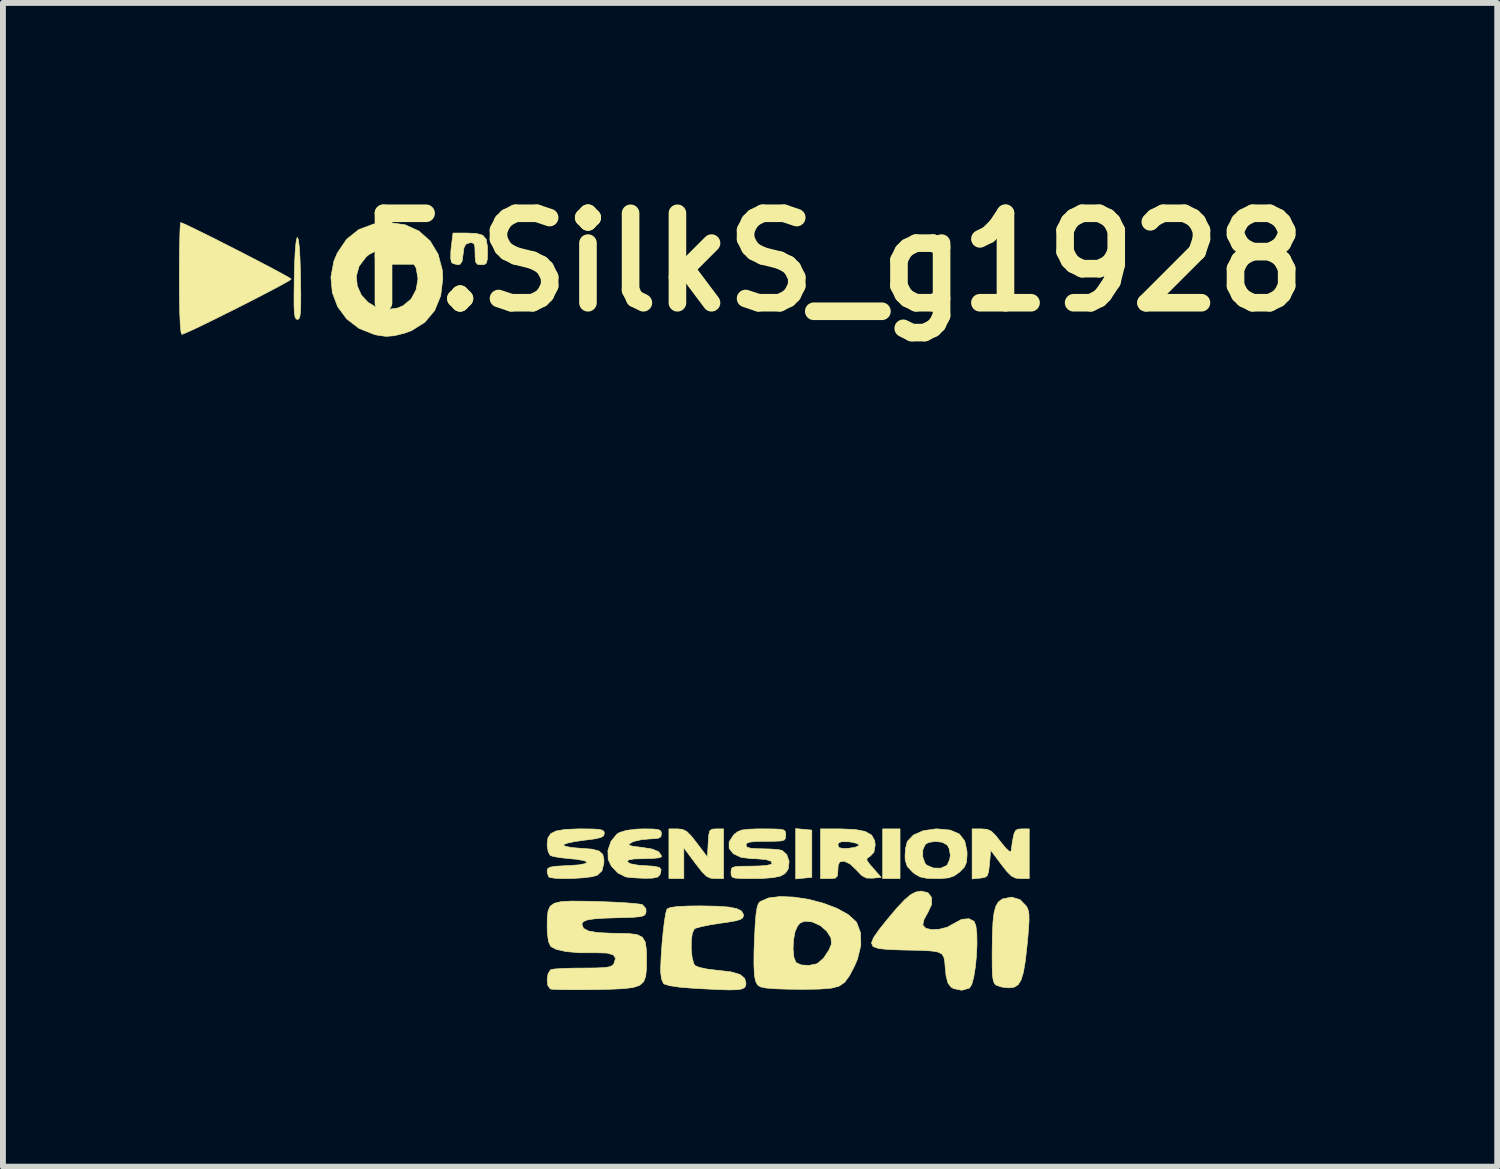
<source format=kicad_pcb>
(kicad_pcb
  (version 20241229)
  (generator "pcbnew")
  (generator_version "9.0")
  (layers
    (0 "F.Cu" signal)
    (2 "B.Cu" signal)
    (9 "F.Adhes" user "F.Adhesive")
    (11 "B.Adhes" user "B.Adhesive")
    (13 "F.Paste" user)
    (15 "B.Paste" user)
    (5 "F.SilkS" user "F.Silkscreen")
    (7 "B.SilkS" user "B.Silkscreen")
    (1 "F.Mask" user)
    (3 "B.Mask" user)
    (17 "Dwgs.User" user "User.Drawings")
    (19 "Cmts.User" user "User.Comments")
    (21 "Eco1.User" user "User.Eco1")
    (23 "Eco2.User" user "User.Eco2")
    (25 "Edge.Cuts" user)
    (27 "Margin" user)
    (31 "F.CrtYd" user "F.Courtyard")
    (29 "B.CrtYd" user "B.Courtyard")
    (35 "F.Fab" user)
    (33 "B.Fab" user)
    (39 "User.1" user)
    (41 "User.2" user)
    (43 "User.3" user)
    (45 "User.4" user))
  (footprint "F.SilkS_g1928"
    (layer "F.Cu")
    (at 11.139 1.418)
    (property "Reference" "F.SilkS_g1928" (at 0 0 0) (layer "F.SilkS") (effects (font (size 1.524 1.524) (thickness 0.3))))
    (attr through_hole)
    (fp_poly (pts (xy 1.143 10.499) (xy 0.847 10.499) (xy 0.847 9.652) (xy 1.143 9.652) (xy 1.143 10.499)) (stroke (width 0.01) (type solid)) (fill yes) (layer "F.SilkS"))
    (fp_poly (pts (xy -0.497 9.66) (xy -0.36 9.673) (xy -0.36 10.477) (xy -0.497 10.491) (xy -0.635 10.504) (xy -0.635 9.647) (xy -0.497 9.66)) (stroke (width 0.01) (type solid)) (fill yes) (layer "F.SilkS"))
    (fp_poly (pts (xy -9.106 -0.382) (xy -9.091 -0.265) (xy -9.079 -0.078) (xy -9.071 0.171) (xy -9.069 0.275) (xy -9.065 0.536) (xy -9.066 0.724) (xy -9.071 0.85) (xy -9.081 0.926) (xy -9.097 0.963) (xy -9.121 0.974) (xy -9.123 0.974) (xy -9.147 0.964) (xy -9.164 0.928) (xy -9.175 0.855) (xy -9.18 0.731) (xy -9.18 0.547) (xy -9.177 0.29) (xy -9.177 0.275) (xy -9.17 0.006) (xy -9.159 -0.204) (xy -9.145 -0.348) (xy -9.129 -0.418) (xy -9.123 -0.424) (xy -9.106 -0.382)) (stroke (width 0.01) (type solid)) (fill yes) (layer "F.SilkS"))
    (fp_poly (pts (xy -2.563 9.66) (xy -2.492 9.695) (xy -2.415 9.771) (xy -2.319 9.893) (xy -2.138 10.133) (xy -2.125 9.893) (xy -2.116 9.757) (xy -2.098 9.685) (xy -2.06 9.657) (xy -1.991 9.652) (xy -1.988 9.652) (xy -1.863 9.652) (xy -1.863 10.499) (xy -2.007 10.499) (xy -2.087 10.491) (xy -2.155 10.458) (xy -2.229 10.385) (xy -2.329 10.258) (xy -2.345 10.237) (xy -2.54 9.975) (xy -2.54 10.499) (xy -2.794 10.499) (xy -2.794 9.652) (xy -2.647 9.652) (xy -2.563 9.66)) (stroke (width 0.01) (type solid)) (fill yes) (layer "F.SilkS"))
    (fp_poly (pts (xy 2.624 9.659) (xy 2.697 9.691) (xy 2.772 9.764) (xy 2.858 9.874) (xy 2.946 9.982) (xy 3.008 10.038) (xy 3.034 10.033) (xy 3.06 9.853) (xy 3.083 9.741) (xy 3.111 9.681) (xy 3.152 9.657) (xy 3.213 9.652) (xy 3.219 9.652) (xy 3.344 9.652) (xy 3.344 10.499) (xy 3.198 10.499) (xy 3.113 10.49) (xy 3.042 10.456) (xy 2.965 10.38) (xy 2.869 10.258) (xy 2.688 10.017) (xy 2.667 10.247) (xy 2.652 10.38) (xy 2.629 10.45) (xy 2.583 10.48) (xy 2.508 10.491) (xy 2.371 10.504) (xy 2.371 9.652) (xy 2.531 9.652) (xy 2.624 9.659)) (stroke (width 0.01) (type solid)) (fill yes) (layer "F.SilkS"))
    (fp_poly (pts (xy -6.074 -0.491) (xy -5.965 -0.46) (xy -5.907 -0.391) (xy -5.886 -0.271) (xy -5.884 -0.189) (xy -5.887 -0.056) (xy -5.902 0.013) (xy -5.938 0.039) (xy -5.99 0.042) (xy -6.055 0.035) (xy -6.086 -0.004) (xy -6.096 -0.095) (xy -6.096 -0.151) (xy -6.1 -0.269) (xy -6.119 -0.323) (xy -6.165 -0.334) (xy -6.191 -0.331) (xy -6.254 -0.308) (xy -6.286 -0.245) (xy -6.3 -0.138) (xy -6.316 -0.02) (xy -6.349 0.033) (xy -6.392 0.042) (xy -6.473 0.021) (xy -6.5 -0.003) (xy -6.511 -0.068) (xy -6.509 -0.186) (xy -6.5 -0.273) (xy -6.472 -0.498) (xy -6.252 -0.499) (xy -6.074 -0.491)) (stroke (width 0.01) (type solid)) (fill yes) (layer "F.SilkS"))
    (fp_poly (pts (xy 3.188 10.858) (xy 3.297 10.97) (xy 3.3 10.975) (xy 3.325 11.032) (xy 3.339 11.104) (xy 3.341 11.209) (xy 3.332 11.362) (xy 3.313 11.58) (xy 3.308 11.627) (xy 3.278 11.897) (xy 3.245 12.094) (xy 3.205 12.227) (xy 3.153 12.309) (xy 3.084 12.35) (xy 2.995 12.36) (xy 2.994 12.36) (xy 2.874 12.346) (xy 2.783 12.316) (xy 2.752 12.287) (xy 2.731 12.236) (xy 2.718 12.147) (xy 2.713 12.006) (xy 2.712 11.797) (xy 2.712 11.756) (xy 2.716 11.463) (xy 2.726 11.242) (xy 2.744 11.083) (xy 2.774 10.973) (xy 2.816 10.9) (xy 2.874 10.854) (xy 2.891 10.845) (xy 3.045 10.814) (xy 3.188 10.858)) (stroke (width 0.01) (type solid)) (fill yes) (layer "F.SilkS"))
    (fp_poly (pts (xy -11.064 -0.659) (xy -10.954 -0.608) (xy -10.796 -0.531) (xy -10.601 -0.435) (xy -10.383 -0.325) (xy -10.153 -0.208) (xy -9.924 -0.09) (xy -9.708 0.022) (xy -9.519 0.122) (xy -9.367 0.204) (xy -9.266 0.26) (xy -9.229 0.286) (xy -9.229 0.286) (xy -9.265 0.313) (xy -9.364 0.369) (xy -9.515 0.451) (xy -9.704 0.55) (xy -9.919 0.661) (xy -10.147 0.777) (xy -10.376 0.891) (xy -10.593 0.999) (xy -10.786 1.093) (xy -10.942 1.166) (xy -11.049 1.213) (xy -11.092 1.228) (xy -11.106 1.186) (xy -11.118 1.065) (xy -11.127 0.868) (xy -11.132 0.601) (xy -11.134 0.275) (xy -11.133 0.001) (xy -11.13 -0.242) (xy -11.126 -0.442) (xy -11.121 -0.588) (xy -11.115 -0.667) (xy -11.112 -0.677) (xy -11.064 -0.659)) (stroke (width 0.01) (type solid)) (fill yes) (layer "F.SilkS"))
    (fp_poly (pts (xy 0.376 9.662) (xy 0.55 9.696) (xy 0.659 9.758) (xy 0.711 9.852) (xy 0.72 9.927) (xy 0.698 10.051) (xy 0.633 10.119) (xy 0.584 10.15) (xy 0.578 10.185) (xy 0.619 10.246) (xy 0.684 10.321) (xy 0.821 10.477) (xy 0.675 10.492) (xy 0.574 10.49) (xy 0.493 10.449) (xy 0.402 10.354) (xy 0.294 10.251) (xy 0.196 10.204) (xy 0.18 10.202) (xy 0.115 10.216) (xy 0.089 10.272) (xy 0.085 10.351) (xy 0.078 10.45) (xy 0.041 10.491) (xy -0.052 10.499) (xy -0.064 10.499) (xy -0.212 10.499) (xy -0.212 9.927) (xy 0.085 9.927) (xy 0.102 9.97) (xy 0.169 9.986) (xy 0.265 9.983) (xy 0.375 9.966) (xy 0.438 9.939) (xy 0.445 9.927) (xy 0.407 9.899) (xy 0.312 9.877) (xy 0.265 9.872) (xy 0.148 9.87) (xy 0.095 9.892) (xy 0.085 9.927) (xy -0.212 9.927) (xy -0.212 9.652) (xy 0.129 9.652) (xy 0.376 9.662)) (stroke (width 0.01) (type solid)) (fill yes) (layer "F.SilkS"))
    (fp_poly (pts (xy 2 9.673) (xy 2.153 9.739) (xy 2.245 9.857) (xy 2.283 10.031) (xy 2.285 10.082) (xy 2.277 10.216) (xy 2.239 10.305) (xy 2.156 10.389) (xy 2.067 10.452) (xy 1.971 10.486) (xy 1.836 10.498) (xy 1.757 10.499) (xy 1.595 10.493) (xy 1.486 10.47) (xy 1.398 10.421) (xy 1.358 10.389) (xy 1.266 10.292) (xy 1.231 10.183) (xy 1.229 10.131) (xy 1.53 10.131) (xy 1.569 10.239) (xy 1.598 10.27) (xy 1.712 10.319) (xy 1.837 10.321) (xy 1.936 10.277) (xy 1.947 10.266) (xy 1.989 10.174) (xy 2 10.097) (xy 1.98 9.988) (xy 1.947 9.927) (xy 1.863 9.88) (xy 1.742 9.865) (xy 1.627 9.884) (xy 1.575 9.914) (xy 1.531 10.009) (xy 1.53 10.131) (xy 1.229 10.131) (xy 1.228 10.111) (xy 1.238 9.98) (xy 1.265 9.875) (xy 1.271 9.861) (xy 1.372 9.756) (xy 1.536 9.684) (xy 1.742 9.653) (xy 1.779 9.652) (xy 2 9.673)) (stroke (width 0.01) (type solid)) (fill yes) (layer "F.SilkS"))
    (fp_poly (pts (xy -7.291 -0.64) (xy -7.052 -0.532) (xy -6.861 -0.362) (xy -6.726 -0.138) (xy -6.655 0.131) (xy -6.646 0.278) (xy -6.682 0.572) (xy -6.785 0.822) (xy -6.952 1.022) (xy -7.178 1.164) (xy -7.296 1.207) (xy -7.472 1.251) (xy -7.612 1.262) (xy -7.758 1.242) (xy -7.811 1.23) (xy -8.072 1.127) (xy -8.283 0.965) (xy -8.437 0.757) (xy -8.528 0.515) (xy -8.552 0.253) (xy -8.549 0.235) (xy -8.119 0.235) (xy -8.103 0.402) (xy -8.035 0.555) (xy -7.922 0.681) (xy -7.775 0.769) (xy -7.603 0.806) (xy -7.415 0.779) (xy -7.322 0.74) (xy -7.185 0.626) (xy -7.099 0.464) (xy -7.069 0.281) (xy -7.099 0.1) (xy -7.175 -0.034) (xy -7.34 -0.175) (xy -7.526 -0.239) (xy -7.718 -0.226) (xy -7.901 -0.134) (xy -7.952 -0.091) (xy -8.072 0.067) (xy -8.119 0.235) (xy -8.549 0.235) (xy -8.502 -0.017) (xy -8.443 -0.158) (xy -8.285 -0.392) (xy -8.078 -0.557) (xy -7.823 -0.652) (xy -7.57 -0.677) (xy -7.291 -0.64)) (stroke (width 0.01) (type solid)) (fill yes) (layer "F.SilkS"))
    (fp_poly (pts (xy 1.62 10.74) (xy 1.68 10.821) (xy 1.681 10.939) (xy 1.617 11.078) (xy 1.606 11.096) (xy 1.55 11.198) (xy 1.532 11.286) (xy 1.533 11.293) (xy 1.582 11.346) (xy 1.684 11.368) (xy 1.814 11.361) (xy 1.947 11.327) (xy 2.052 11.269) (xy 2.191 11.193) (xy 2.318 11.182) (xy 2.405 11.227) (xy 2.435 11.302) (xy 2.451 11.439) (xy 2.454 11.615) (xy 2.445 11.811) (xy 2.426 12.005) (xy 2.399 12.176) (xy 2.364 12.303) (xy 2.325 12.364) (xy 2.195 12.401) (xy 2.057 12.373) (xy 2.011 12.346) (xy 1.96 12.279) (xy 1.928 12.159) (xy 1.914 12.028) (xy 1.905 11.917) (xy 1.89 11.837) (xy 1.856 11.783) (xy 1.79 11.75) (xy 1.68 11.732) (xy 1.514 11.722) (xy 1.278 11.717) (xy 1.211 11.716) (xy 0.957 11.708) (xy 0.783 11.691) (xy 0.684 11.657) (xy 0.656 11.596) (xy 0.694 11.5) (xy 0.793 11.36) (xy 0.928 11.192) (xy 1.094 10.995) (xy 1.222 10.859) (xy 1.325 10.772) (xy 1.414 10.727) (xy 1.501 10.712) (xy 1.505 10.712) (xy 1.62 10.74)) (stroke (width 0.01) (type solid)) (fill yes) (layer "F.SilkS"))
    (fp_poly (pts (xy -3.063 9.654) (xy -2.973 9.664) (xy -2.932 9.688) (xy -2.921 9.729) (xy -2.921 9.737) (xy -2.933 9.789) (xy -2.983 9.814) (xy -3.092 9.822) (xy -3.122 9.823) (xy -3.266 9.836) (xy -3.391 9.866) (xy -3.424 9.88) (xy -3.472 9.911) (xy -3.472 9.931) (xy -3.412 9.947) (xy -3.281 9.964) (xy -3.255 9.967) (xy -3.076 9.996) (xy -2.97 10.04) (xy -2.925 10.102) (xy -2.922 10.128) (xy -2.96 10.144) (xy -3.062 10.155) (xy -3.206 10.16) (xy -3.221 10.16) (xy -3.386 10.164) (xy -3.477 10.179) (xy -3.505 10.205) (xy -3.503 10.213) (xy -3.45 10.246) (xy -3.323 10.27) (xy -3.203 10.278) (xy -3.046 10.289) (xy -2.958 10.308) (xy -2.927 10.345) (xy -2.938 10.409) (xy -2.947 10.432) (xy -2.985 10.472) (xy -3.072 10.491) (xy -3.211 10.494) (xy -3.36 10.487) (xy -3.484 10.477) (xy -3.535 10.468) (xy -3.664 10.402) (xy -3.775 10.286) (xy -3.829 10.173) (xy -3.833 10.017) (xy -3.779 9.862) (xy -3.681 9.742) (xy -3.639 9.715) (xy -3.516 9.677) (xy -3.336 9.655) (xy -3.219 9.652) (xy -3.063 9.654)) (stroke (width 0.01) (type solid)) (fill yes) (layer "F.SilkS"))
    (fp_poly (pts (xy -1.982 10.969) (xy -1.778 10.983) (xy -1.639 11.01) (xy -1.558 11.05) (xy -1.526 11.106) (xy -1.524 11.127) (xy -1.535 11.166) (xy -1.577 11.195) (xy -1.666 11.22) (xy -1.818 11.246) (xy -1.916 11.259) (xy -2.093 11.287) (xy -2.241 11.317) (xy -2.338 11.344) (xy -2.36 11.355) (xy -2.395 11.427) (xy -2.412 11.552) (xy -2.414 11.7) (xy -2.399 11.843) (xy -2.37 11.949) (xy -2.346 11.983) (xy -2.274 12.012) (xy -2.143 12.04) (xy -1.979 12.06) (xy -1.95 12.062) (xy -1.729 12.089) (xy -1.582 12.133) (xy -1.503 12.199) (xy -1.482 12.277) (xy -1.486 12.323) (xy -1.508 12.357) (xy -1.556 12.38) (xy -1.64 12.392) (xy -1.772 12.395) (xy -1.962 12.389) (xy -2.219 12.376) (xy -2.422 12.364) (xy -2.626 12.347) (xy -2.782 12.323) (xy -2.874 12.295) (xy -2.886 12.286) (xy -2.919 12.212) (xy -2.935 12.093) (xy -2.936 12.053) (xy -2.927 11.838) (xy -2.912 11.617) (xy -2.892 11.406) (xy -2.87 11.224) (xy -2.848 11.089) (xy -2.827 11.02) (xy -2.826 11.017) (xy -2.772 10.992) (xy -2.652 10.975) (xy -2.461 10.966) (xy -2.262 10.964) (xy -1.982 10.969)) (stroke (width 0.01) (type solid)) (fill yes) (layer "F.SilkS"))
    (fp_poly (pts (xy -4.092 9.654) (xy -3.98 9.661) (xy -3.92 9.677) (xy -3.897 9.705) (xy -3.895 9.73) (xy -3.906 9.77) (xy -3.953 9.798) (xy -4.049 9.821) (xy -4.211 9.842) (xy -4.244 9.846) (xy -4.404 9.869) (xy -4.525 9.895) (xy -4.588 9.92) (xy -4.593 9.927) (xy -4.554 9.95) (xy -4.452 9.969) (xy -4.309 9.982) (xy -4.299 9.982) (xy -4.106 9.997) (xy -3.985 10.029) (xy -3.921 10.085) (xy -3.901 10.175) (xy -3.903 10.24) (xy -3.934 10.365) (xy -4.012 10.439) (xy -4.022 10.444) (xy -4.105 10.467) (xy -4.241 10.484) (xy -4.403 10.495) (xy -4.569 10.499) (xy -4.714 10.495) (xy -4.813 10.482) (xy -4.84 10.47) (xy -4.865 10.408) (xy -4.868 10.366) (xy -4.858 10.328) (xy -4.816 10.304) (xy -4.726 10.289) (xy -4.573 10.28) (xy -4.519 10.278) (xy -4.33 10.265) (xy -4.218 10.244) (xy -4.187 10.219) (xy -4.236 10.193) (xy -4.368 10.17) (xy -4.476 10.16) (xy -4.629 10.144) (xy -4.752 10.124) (xy -4.815 10.105) (xy -4.85 10.043) (xy -4.868 9.935) (xy -4.868 9.91) (xy -4.855 9.806) (xy -4.807 9.733) (xy -4.713 9.687) (xy -4.561 9.661) (xy -4.339 9.652) (xy -4.274 9.652) (xy -4.092 9.654)) (stroke (width 0.01) (type solid)) (fill yes) (layer "F.SilkS"))
    (fp_poly (pts (xy -1.011 9.653) (xy -0.897 9.658) (xy -0.835 9.672) (xy -0.81 9.7) (xy -0.804 9.745) (xy -0.804 9.758) (xy -0.808 9.81) (xy -0.83 9.842) (xy -0.889 9.858) (xy -1 9.863) (xy -1.143 9.864) (xy -1.317 9.867) (xy -1.421 9.878) (xy -1.471 9.899) (xy -1.482 9.927) (xy -1.463 9.963) (xy -1.397 9.983) (xy -1.267 9.99) (xy -1.21 9.991) (xy -1.057 9.995) (xy -0.931 10.005) (xy -0.868 10.018) (xy -0.787 10.089) (xy -0.747 10.205) (xy -0.761 10.33) (xy -0.768 10.346) (xy -0.814 10.411) (xy -0.892 10.455) (xy -1.016 10.482) (xy -1.199 10.496) (xy -1.402 10.499) (xy -1.569 10.497) (xy -1.668 10.49) (xy -1.717 10.472) (xy -1.734 10.436) (xy -1.736 10.393) (xy -1.732 10.34) (xy -1.71 10.309) (xy -1.651 10.293) (xy -1.539 10.288) (xy -1.399 10.287) (xy -1.239 10.283) (xy -1.114 10.271) (xy -1.045 10.254) (xy -1.04 10.249) (xy -1.049 10.205) (xy -1.139 10.175) (xy -1.304 10.161) (xy -1.379 10.16) (xy -1.565 10.137) (xy -1.697 10.075) (xy -1.768 9.985) (xy -1.769 9.875) (xy -1.694 9.758) (xy -1.68 9.744) (xy -1.623 9.7) (xy -1.553 9.672) (xy -1.449 9.658) (xy -1.291 9.652) (xy -1.193 9.652) (xy -1.011 9.653)) (stroke (width 0.01) (type solid)) (fill yes) (layer "F.SilkS"))
    (fp_poly (pts (xy -0.662 10.814) (xy -0.41 10.853) (xy -0.16 10.919) (xy 0.069 11.006) (xy 0.259 11.111) (xy 0.39 11.229) (xy 0.406 11.25) (xy 0.471 11.424) (xy 0.475 11.636) (xy 0.419 11.869) (xy 0.368 11.988) (xy 0.281 12.155) (xy 0.2 12.265) (xy 0.105 12.331) (xy -0.024 12.365) (xy -0.21 12.38) (xy -0.306 12.383) (xy -0.525 12.385) (xy -0.753 12.383) (xy -0.949 12.377) (xy -0.986 12.375) (xy -1.14 12.363) (xy -1.232 12.344) (xy -1.283 12.311) (xy -1.315 12.253) (xy -1.319 12.243) (xy -1.338 12.14) (xy -1.346 11.959) (xy -1.344 11.706) (xy -1.343 11.697) (xy -0.679 11.697) (xy -0.666 11.835) (xy -0.631 11.925) (xy -0.627 11.93) (xy -0.538 11.97) (xy -0.411 11.978) (xy -0.287 11.953) (xy -0.257 11.94) (xy -0.157 11.852) (xy -0.068 11.715) (xy -0.026 11.615) (xy -0.033 11.51) (xy -0.101 11.399) (xy -0.211 11.302) (xy -0.345 11.24) (xy -0.37 11.235) (xy -0.484 11.225) (xy -0.558 11.256) (xy -0.6 11.302) (xy -0.645 11.4) (xy -0.671 11.541) (xy -0.679 11.697) (xy -1.343 11.697) (xy -1.337 11.536) (xy -1.325 11.29) (xy -1.311 11.116) (xy -1.294 11.001) (xy -1.272 10.93) (xy -1.243 10.892) (xy -1.241 10.891) (xy -1.096 10.828) (xy -0.897 10.804) (xy -0.662 10.814)) (stroke (width 0.01) (type solid)) (fill yes) (layer "F.SilkS"))
    (fp_poly (pts (xy -4.227 10.884) (xy -4.013 10.889) (xy -3.775 10.898) (xy -3.562 10.909) (xy -3.392 10.922) (xy -3.28 10.935) (xy -3.247 10.942) (xy -3.187 11.008) (xy -3.183 11.065) (xy -3.195 11.105) (xy -3.225 11.132) (xy -3.29 11.148) (xy -3.404 11.158) (xy -3.584 11.164) (xy -3.641 11.165) (xy -3.891 11.173) (xy -4.068 11.185) (xy -4.184 11.203) (xy -4.248 11.229) (xy -4.274 11.264) (xy -4.276 11.281) (xy -4.249 11.346) (xy -4.165 11.391) (xy -4.014 11.418) (xy -3.79 11.429) (xy -3.71 11.43) (xy -3.489 11.434) (xy -3.339 11.452) (xy -3.247 11.497) (xy -3.197 11.579) (xy -3.178 11.711) (xy -3.175 11.873) (xy -3.177 12.041) (xy -3.19 12.166) (xy -3.225 12.256) (xy -3.292 12.317) (xy -3.403 12.354) (xy -3.569 12.374) (xy -3.799 12.384) (xy -4.047 12.39) (xy -4.288 12.392) (xy -4.5 12.392) (xy -4.669 12.389) (xy -4.78 12.384) (xy -4.815 12.378) (xy -4.857 12.32) (xy -4.868 12.22) (xy -4.853 12.119) (xy -4.811 12.053) (xy -4.801 12.048) (xy -4.734 12.038) (xy -4.602 12.03) (xy -4.425 12.024) (xy -4.253 12.023) (xy -4.041 12.021) (xy -3.898 12.015) (xy -3.809 12.002) (xy -3.758 11.98) (xy -3.73 11.947) (xy -3.73 11.946) (xy -3.703 11.856) (xy -3.742 11.798) (xy -3.852 11.767) (xy -4.037 11.762) (xy -4.05 11.762) (xy -4.321 11.762) (xy -4.546 11.742) (xy -4.712 11.705) (xy -4.806 11.656) (xy -4.846 11.571) (xy -4.866 11.414) (xy -4.868 11.307) (xy -4.866 11.157) (xy -4.852 11.047) (xy -4.816 10.969) (xy -4.746 10.919) (xy -4.632 10.892) (xy -4.462 10.882) (xy -4.227 10.884)) (stroke (width 0.01) (type solid)) (fill yes) (layer "F.SilkS")))
  (gr_rect
    (start -3 -3)
    (end 22.455 16.824)
    (stroke (width 0.1) (type default))
    (fill no)
    (layer "Edge.Cuts")))
</source>
